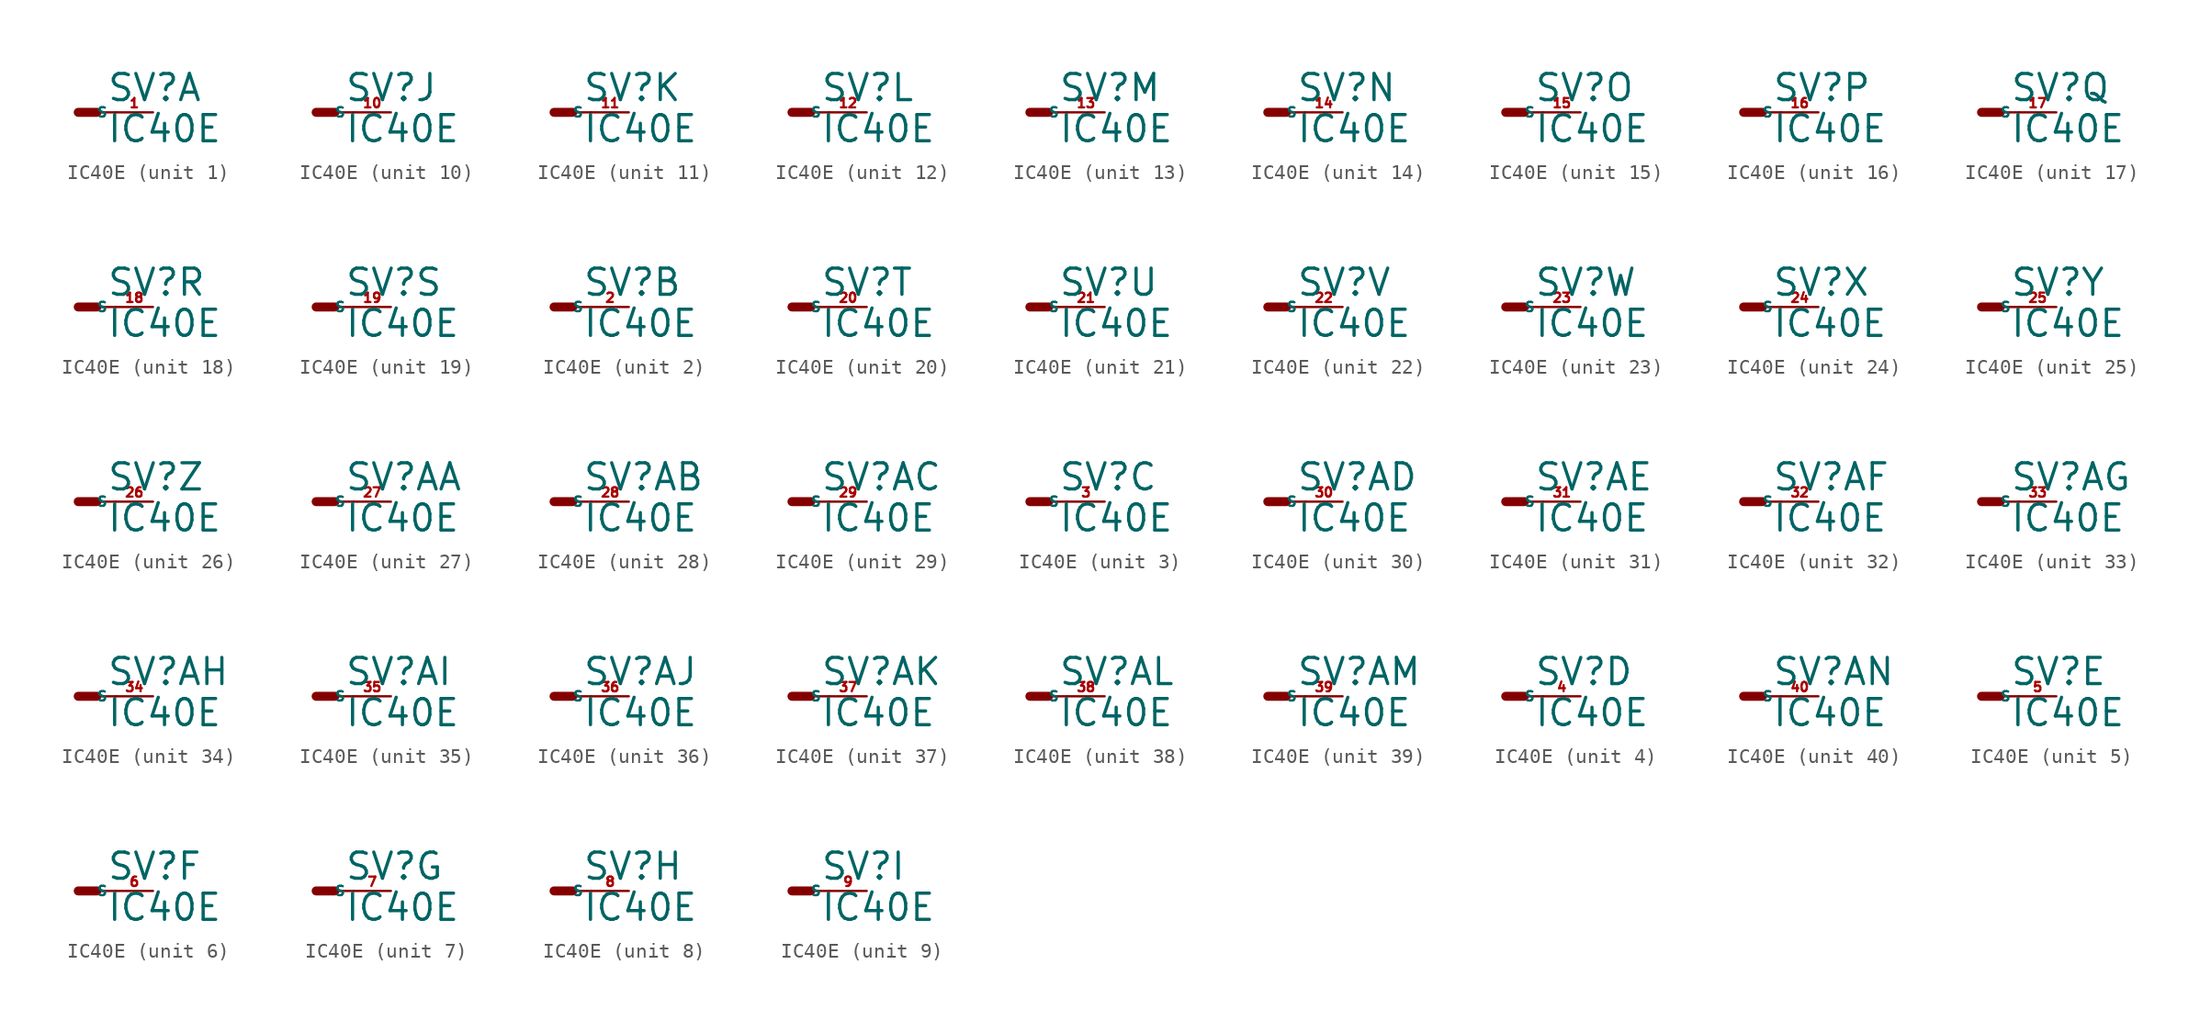
<source format=kicad_sym>
(kicad_symbol_lib
  (version 20220914)
  (generator Eagle2Kicad)
  (symbol "IC40E"
    (property "Reference" "SV"
      (at 1.905 0.635 0)
      (effects (font (size 1.778 1.778) (thickness 0.22)) (justify left bottom)))
    (property "Value" "IC40E"
      (at 1.905 -2.159 0)
      (effects (font (size 1.778 1.778) (thickness 0.22)) (justify left bottom)))
    (symbol "IC40E_1_0"
      (polyline (pts (xy 0 0) (xy 1.27 0)) (stroke (width 0.61) (type default)) (fill (type none)))
      (polyline (pts (xy 2.54 0) (xy 1.27 0)) (stroke (width 0.152) (type default)) (fill (type none)))
      (pin passive line (at 5.08 0 180) (length 2.54) (name "S" (effects (font (size 0.635 0.635) (thickness 0.08)) (justify left bottom))) (number "1" (effects (font (size 0.635 0.635) (thickness 0.08)) (justify left bottom)))))
    (symbol "IC40E_2_0"
      (polyline (pts (xy 0 0) (xy 1.27 0)) (stroke (width 0.61) (type default)) (fill (type none)))
      (polyline (pts (xy 2.54 0) (xy 1.27 0)) (stroke (width 0.152) (type default)) (fill (type none)))
      (pin passive line (at 5.08 0 180) (length 2.54) (name "S" (effects (font (size 0.635 0.635) (thickness 0.08)) (justify left bottom))) (number "2" (effects (font (size 0.635 0.635) (thickness 0.08)) (justify left bottom)))))
    (symbol "IC40E_3_0"
      (polyline (pts (xy 0 0) (xy 1.27 0)) (stroke (width 0.61) (type default)) (fill (type none)))
      (polyline (pts (xy 2.54 0) (xy 1.27 0)) (stroke (width 0.152) (type default)) (fill (type none)))
      (pin passive line (at 5.08 0 180) (length 2.54) (name "S" (effects (font (size 0.635 0.635) (thickness 0.08)) (justify left bottom))) (number "3" (effects (font (size 0.635 0.635) (thickness 0.08)) (justify left bottom)))))
    (symbol "IC40E_4_0"
      (polyline (pts (xy 0 0) (xy 1.27 0)) (stroke (width 0.61) (type default)) (fill (type none)))
      (polyline (pts (xy 2.54 0) (xy 1.27 0)) (stroke (width 0.152) (type default)) (fill (type none)))
      (pin passive line (at 5.08 0 180) (length 2.54) (name "S" (effects (font (size 0.635 0.635) (thickness 0.08)) (justify left bottom))) (number "4" (effects (font (size 0.635 0.635) (thickness 0.08)) (justify left bottom)))))
    (symbol "IC40E_5_0"
      (polyline (pts (xy 0 0) (xy 1.27 0)) (stroke (width 0.61) (type default)) (fill (type none)))
      (polyline (pts (xy 2.54 0) (xy 1.27 0)) (stroke (width 0.152) (type default)) (fill (type none)))
      (pin passive line (at 5.08 0 180) (length 2.54) (name "S" (effects (font (size 0.635 0.635) (thickness 0.08)) (justify left bottom))) (number "5" (effects (font (size 0.635 0.635) (thickness 0.08)) (justify left bottom)))))
    (symbol "IC40E_6_0"
      (polyline (pts (xy 0 0) (xy 1.27 0)) (stroke (width 0.61) (type default)) (fill (type none)))
      (polyline (pts (xy 2.54 0) (xy 1.27 0)) (stroke (width 0.152) (type default)) (fill (type none)))
      (pin passive line (at 5.08 0 180) (length 2.54) (name "S" (effects (font (size 0.635 0.635) (thickness 0.08)) (justify left bottom))) (number "6" (effects (font (size 0.635 0.635) (thickness 0.08)) (justify left bottom)))))
    (symbol "IC40E_7_0"
      (polyline (pts (xy 0 0) (xy 1.27 0)) (stroke (width 0.61) (type default)) (fill (type none)))
      (polyline (pts (xy 2.54 0) (xy 1.27 0)) (stroke (width 0.152) (type default)) (fill (type none)))
      (pin passive line (at 5.08 0 180) (length 2.54) (name "S" (effects (font (size 0.635 0.635) (thickness 0.08)) (justify left bottom))) (number "7" (effects (font (size 0.635 0.635) (thickness 0.08)) (justify left bottom)))))
    (symbol "IC40E_8_0"
      (polyline (pts (xy 0 0) (xy 1.27 0)) (stroke (width 0.61) (type default)) (fill (type none)))
      (polyline (pts (xy 2.54 0) (xy 1.27 0)) (stroke (width 0.152) (type default)) (fill (type none)))
      (pin passive line (at 5.08 0 180) (length 2.54) (name "S" (effects (font (size 0.635 0.635) (thickness 0.08)) (justify left bottom))) (number "8" (effects (font (size 0.635 0.635) (thickness 0.08)) (justify left bottom)))))
    (symbol "IC40E_9_0"
      (polyline (pts (xy 0 0) (xy 1.27 0)) (stroke (width 0.61) (type default)) (fill (type none)))
      (polyline (pts (xy 2.54 0) (xy 1.27 0)) (stroke (width 0.152) (type default)) (fill (type none)))
      (pin passive line (at 5.08 0 180) (length 2.54) (name "S" (effects (font (size 0.635 0.635) (thickness 0.08)) (justify left bottom))) (number "9" (effects (font (size 0.635 0.635) (thickness 0.08)) (justify left bottom)))))
    (symbol "IC40E_10_0"
      (polyline (pts (xy 0 0) (xy 1.27 0)) (stroke (width 0.61) (type default)) (fill (type none)))
      (polyline (pts (xy 2.54 0) (xy 1.27 0)) (stroke (width 0.152) (type default)) (fill (type none)))
      (pin passive line (at 5.08 0 180) (length 2.54) (name "S" (effects (font (size 0.635 0.635) (thickness 0.08)) (justify left bottom))) (number "10" (effects (font (size 0.635 0.635) (thickness 0.08)) (justify left bottom)))))
    (symbol "IC40E_11_0"
      (polyline (pts (xy 0 0) (xy 1.27 0)) (stroke (width 0.61) (type default)) (fill (type none)))
      (polyline (pts (xy 2.54 0) (xy 1.27 0)) (stroke (width 0.152) (type default)) (fill (type none)))
      (pin passive line (at 5.08 0 180) (length 2.54) (name "S" (effects (font (size 0.635 0.635) (thickness 0.08)) (justify left bottom))) (number "11" (effects (font (size 0.635 0.635) (thickness 0.08)) (justify left bottom)))))
    (symbol "IC40E_12_0"
      (polyline (pts (xy 0 0) (xy 1.27 0)) (stroke (width 0.61) (type default)) (fill (type none)))
      (polyline (pts (xy 2.54 0) (xy 1.27 0)) (stroke (width 0.152) (type default)) (fill (type none)))
      (pin passive line (at 5.08 0 180) (length 2.54) (name "S" (effects (font (size 0.635 0.635) (thickness 0.08)) (justify left bottom))) (number "12" (effects (font (size 0.635 0.635) (thickness 0.08)) (justify left bottom)))))
    (symbol "IC40E_13_0"
      (polyline (pts (xy 0 0) (xy 1.27 0)) (stroke (width 0.61) (type default)) (fill (type none)))
      (polyline (pts (xy 2.54 0) (xy 1.27 0)) (stroke (width 0.152) (type default)) (fill (type none)))
      (pin passive line (at 5.08 0 180) (length 2.54) (name "S" (effects (font (size 0.635 0.635) (thickness 0.08)) (justify left bottom))) (number "13" (effects (font (size 0.635 0.635) (thickness 0.08)) (justify left bottom)))))
    (symbol "IC40E_14_0"
      (polyline (pts (xy 0 0) (xy 1.27 0)) (stroke (width 0.61) (type default)) (fill (type none)))
      (polyline (pts (xy 2.54 0) (xy 1.27 0)) (stroke (width 0.152) (type default)) (fill (type none)))
      (pin passive line (at 5.08 0 180) (length 2.54) (name "S" (effects (font (size 0.635 0.635) (thickness 0.08)) (justify left bottom))) (number "14" (effects (font (size 0.635 0.635) (thickness 0.08)) (justify left bottom)))))
    (symbol "IC40E_15_0"
      (polyline (pts (xy 0 0) (xy 1.27 0)) (stroke (width 0.61) (type default)) (fill (type none)))
      (polyline (pts (xy 2.54 0) (xy 1.27 0)) (stroke (width 0.152) (type default)) (fill (type none)))
      (pin passive line (at 5.08 0 180) (length 2.54) (name "S" (effects (font (size 0.635 0.635) (thickness 0.08)) (justify left bottom))) (number "15" (effects (font (size 0.635 0.635) (thickness 0.08)) (justify left bottom)))))
    (symbol "IC40E_16_0"
      (polyline (pts (xy 0 0) (xy 1.27 0)) (stroke (width 0.61) (type default)) (fill (type none)))
      (polyline (pts (xy 2.54 0) (xy 1.27 0)) (stroke (width 0.152) (type default)) (fill (type none)))
      (pin passive line (at 5.08 0 180) (length 2.54) (name "S" (effects (font (size 0.635 0.635) (thickness 0.08)) (justify left bottom))) (number "16" (effects (font (size 0.635 0.635) (thickness 0.08)) (justify left bottom)))))
    (symbol "IC40E_17_0"
      (polyline (pts (xy 0 0) (xy 1.27 0)) (stroke (width 0.61) (type default)) (fill (type none)))
      (polyline (pts (xy 2.54 0) (xy 1.27 0)) (stroke (width 0.152) (type default)) (fill (type none)))
      (pin passive line (at 5.08 0 180) (length 2.54) (name "S" (effects (font (size 0.635 0.635) (thickness 0.08)) (justify left bottom))) (number "17" (effects (font (size 0.635 0.635) (thickness 0.08)) (justify left bottom)))))
    (symbol "IC40E_18_0"
      (polyline (pts (xy 0 0) (xy 1.27 0)) (stroke (width 0.61) (type default)) (fill (type none)))
      (polyline (pts (xy 2.54 0) (xy 1.27 0)) (stroke (width 0.152) (type default)) (fill (type none)))
      (pin passive line (at 5.08 0 180) (length 2.54) (name "S" (effects (font (size 0.635 0.635) (thickness 0.08)) (justify left bottom))) (number "18" (effects (font (size 0.635 0.635) (thickness 0.08)) (justify left bottom)))))
    (symbol "IC40E_19_0"
      (polyline (pts (xy 0 0) (xy 1.27 0)) (stroke (width 0.61) (type default)) (fill (type none)))
      (polyline (pts (xy 2.54 0) (xy 1.27 0)) (stroke (width 0.152) (type default)) (fill (type none)))
      (pin passive line (at 5.08 0 180) (length 2.54) (name "S" (effects (font (size 0.635 0.635) (thickness 0.08)) (justify left bottom))) (number "19" (effects (font (size 0.635 0.635) (thickness 0.08)) (justify left bottom)))))
    (symbol "IC40E_20_0"
      (polyline (pts (xy 0 0) (xy 1.27 0)) (stroke (width 0.61) (type default)) (fill (type none)))
      (polyline (pts (xy 2.54 0) (xy 1.27 0)) (stroke (width 0.152) (type default)) (fill (type none)))
      (pin passive line (at 5.08 0 180) (length 2.54) (name "S" (effects (font (size 0.635 0.635) (thickness 0.08)) (justify left bottom))) (number "20" (effects (font (size 0.635 0.635) (thickness 0.08)) (justify left bottom)))))
    (symbol "IC40E_21_0"
      (polyline (pts (xy 0 0) (xy 1.27 0)) (stroke (width 0.61) (type default)) (fill (type none)))
      (polyline (pts (xy 2.54 0) (xy 1.27 0)) (stroke (width 0.152) (type default)) (fill (type none)))
      (pin passive line (at 5.08 0 180) (length 2.54) (name "S" (effects (font (size 0.635 0.635) (thickness 0.08)) (justify left bottom))) (number "21" (effects (font (size 0.635 0.635) (thickness 0.08)) (justify left bottom)))))
    (symbol "IC40E_22_0"
      (polyline (pts (xy 0 0) (xy 1.27 0)) (stroke (width 0.61) (type default)) (fill (type none)))
      (polyline (pts (xy 2.54 0) (xy 1.27 0)) (stroke (width 0.152) (type default)) (fill (type none)))
      (pin passive line (at 5.08 0 180) (length 2.54) (name "S" (effects (font (size 0.635 0.635) (thickness 0.08)) (justify left bottom))) (number "22" (effects (font (size 0.635 0.635) (thickness 0.08)) (justify left bottom)))))
    (symbol "IC40E_23_0"
      (polyline (pts (xy 0 0) (xy 1.27 0)) (stroke (width 0.61) (type default)) (fill (type none)))
      (polyline (pts (xy 2.54 0) (xy 1.27 0)) (stroke (width 0.152) (type default)) (fill (type none)))
      (pin passive line (at 5.08 0 180) (length 2.54) (name "S" (effects (font (size 0.635 0.635) (thickness 0.08)) (justify left bottom))) (number "23" (effects (font (size 0.635 0.635) (thickness 0.08)) (justify left bottom)))))
    (symbol "IC40E_24_0"
      (polyline (pts (xy 0 0) (xy 1.27 0)) (stroke (width 0.61) (type default)) (fill (type none)))
      (polyline (pts (xy 2.54 0) (xy 1.27 0)) (stroke (width 0.152) (type default)) (fill (type none)))
      (pin passive line (at 5.08 0 180) (length 2.54) (name "S" (effects (font (size 0.635 0.635) (thickness 0.08)) (justify left bottom))) (number "24" (effects (font (size 0.635 0.635) (thickness 0.08)) (justify left bottom)))))
    (symbol "IC40E_25_0"
      (polyline (pts (xy 0 0) (xy 1.27 0)) (stroke (width 0.61) (type default)) (fill (type none)))
      (polyline (pts (xy 2.54 0) (xy 1.27 0)) (stroke (width 0.152) (type default)) (fill (type none)))
      (pin passive line (at 5.08 0 180) (length 2.54) (name "S" (effects (font (size 0.635 0.635) (thickness 0.08)) (justify left bottom))) (number "25" (effects (font (size 0.635 0.635) (thickness 0.08)) (justify left bottom)))))
    (symbol "IC40E_26_0"
      (polyline (pts (xy 0 0) (xy 1.27 0)) (stroke (width 0.61) (type default)) (fill (type none)))
      (polyline (pts (xy 2.54 0) (xy 1.27 0)) (stroke (width 0.152) (type default)) (fill (type none)))
      (pin passive line (at 5.08 0 180) (length 2.54) (name "S" (effects (font (size 0.635 0.635) (thickness 0.08)) (justify left bottom))) (number "26" (effects (font (size 0.635 0.635) (thickness 0.08)) (justify left bottom)))))
    (symbol "IC40E_27_0"
      (polyline (pts (xy 0 0) (xy 1.27 0)) (stroke (width 0.61) (type default)) (fill (type none)))
      (polyline (pts (xy 2.54 0) (xy 1.27 0)) (stroke (width 0.152) (type default)) (fill (type none)))
      (pin passive line (at 5.08 0 180) (length 2.54) (name "S" (effects (font (size 0.635 0.635) (thickness 0.08)) (justify left bottom))) (number "27" (effects (font (size 0.635 0.635) (thickness 0.08)) (justify left bottom)))))
    (symbol "IC40E_28_0"
      (polyline (pts (xy 0 0) (xy 1.27 0)) (stroke (width 0.61) (type default)) (fill (type none)))
      (polyline (pts (xy 2.54 0) (xy 1.27 0)) (stroke (width 0.152) (type default)) (fill (type none)))
      (pin passive line (at 5.08 0 180) (length 2.54) (name "S" (effects (font (size 0.635 0.635) (thickness 0.08)) (justify left bottom))) (number "28" (effects (font (size 0.635 0.635) (thickness 0.08)) (justify left bottom)))))
    (symbol "IC40E_29_0"
      (polyline (pts (xy 0 0) (xy 1.27 0)) (stroke (width 0.61) (type default)) (fill (type none)))
      (polyline (pts (xy 2.54 0) (xy 1.27 0)) (stroke (width 0.152) (type default)) (fill (type none)))
      (pin passive line (at 5.08 0 180) (length 2.54) (name "S" (effects (font (size 0.635 0.635) (thickness 0.08)) (justify left bottom))) (number "29" (effects (font (size 0.635 0.635) (thickness 0.08)) (justify left bottom)))))
    (symbol "IC40E_30_0"
      (polyline (pts (xy 0 0) (xy 1.27 0)) (stroke (width 0.61) (type default)) (fill (type none)))
      (polyline (pts (xy 2.54 0) (xy 1.27 0)) (stroke (width 0.152) (type default)) (fill (type none)))
      (pin passive line (at 5.08 0 180) (length 2.54) (name "S" (effects (font (size 0.635 0.635) (thickness 0.08)) (justify left bottom))) (number "30" (effects (font (size 0.635 0.635) (thickness 0.08)) (justify left bottom)))))
    (symbol "IC40E_31_0"
      (polyline (pts (xy 0 0) (xy 1.27 0)) (stroke (width 0.61) (type default)) (fill (type none)))
      (polyline (pts (xy 2.54 0) (xy 1.27 0)) (stroke (width 0.152) (type default)) (fill (type none)))
      (pin passive line (at 5.08 0 180) (length 2.54) (name "S" (effects (font (size 0.635 0.635) (thickness 0.08)) (justify left bottom))) (number "31" (effects (font (size 0.635 0.635) (thickness 0.08)) (justify left bottom)))))
    (symbol "IC40E_32_0"
      (polyline (pts (xy 0 0) (xy 1.27 0)) (stroke (width 0.61) (type default)) (fill (type none)))
      (polyline (pts (xy 2.54 0) (xy 1.27 0)) (stroke (width 0.152) (type default)) (fill (type none)))
      (pin passive line (at 5.08 0 180) (length 2.54) (name "S" (effects (font (size 0.635 0.635) (thickness 0.08)) (justify left bottom))) (number "32" (effects (font (size 0.635 0.635) (thickness 0.08)) (justify left bottom)))))
    (symbol "IC40E_33_0"
      (polyline (pts (xy 0 0) (xy 1.27 0)) (stroke (width 0.61) (type default)) (fill (type none)))
      (polyline (pts (xy 2.54 0) (xy 1.27 0)) (stroke (width 0.152) (type default)) (fill (type none)))
      (pin passive line (at 5.08 0 180) (length 2.54) (name "S" (effects (font (size 0.635 0.635) (thickness 0.08)) (justify left bottom))) (number "33" (effects (font (size 0.635 0.635) (thickness 0.08)) (justify left bottom)))))
    (symbol "IC40E_34_0"
      (polyline (pts (xy 0 0) (xy 1.27 0)) (stroke (width 0.61) (type default)) (fill (type none)))
      (polyline (pts (xy 2.54 0) (xy 1.27 0)) (stroke (width 0.152) (type default)) (fill (type none)))
      (pin passive line (at 5.08 0 180) (length 2.54) (name "S" (effects (font (size 0.635 0.635) (thickness 0.08)) (justify left bottom))) (number "34" (effects (font (size 0.635 0.635) (thickness 0.08)) (justify left bottom)))))
    (symbol "IC40E_35_0"
      (polyline (pts (xy 0 0) (xy 1.27 0)) (stroke (width 0.61) (type default)) (fill (type none)))
      (polyline (pts (xy 2.54 0) (xy 1.27 0)) (stroke (width 0.152) (type default)) (fill (type none)))
      (pin passive line (at 5.08 0 180) (length 2.54) (name "S" (effects (font (size 0.635 0.635) (thickness 0.08)) (justify left bottom))) (number "35" (effects (font (size 0.635 0.635) (thickness 0.08)) (justify left bottom)))))
    (symbol "IC40E_36_0"
      (polyline (pts (xy 0 0) (xy 1.27 0)) (stroke (width 0.61) (type default)) (fill (type none)))
      (polyline (pts (xy 2.54 0) (xy 1.27 0)) (stroke (width 0.152) (type default)) (fill (type none)))
      (pin passive line (at 5.08 0 180) (length 2.54) (name "S" (effects (font (size 0.635 0.635) (thickness 0.08)) (justify left bottom))) (number "36" (effects (font (size 0.635 0.635) (thickness 0.08)) (justify left bottom)))))
    (symbol "IC40E_37_0"
      (polyline (pts (xy 0 0) (xy 1.27 0)) (stroke (width 0.61) (type default)) (fill (type none)))
      (polyline (pts (xy 2.54 0) (xy 1.27 0)) (stroke (width 0.152) (type default)) (fill (type none)))
      (pin passive line (at 5.08 0 180) (length 2.54) (name "S" (effects (font (size 0.635 0.635) (thickness 0.08)) (justify left bottom))) (number "37" (effects (font (size 0.635 0.635) (thickness 0.08)) (justify left bottom)))))
    (symbol "IC40E_38_0"
      (polyline (pts (xy 0 0) (xy 1.27 0)) (stroke (width 0.61) (type default)) (fill (type none)))
      (polyline (pts (xy 2.54 0) (xy 1.27 0)) (stroke (width 0.152) (type default)) (fill (type none)))
      (pin passive line (at 5.08 0 180) (length 2.54) (name "S" (effects (font (size 0.635 0.635) (thickness 0.08)) (justify left bottom))) (number "38" (effects (font (size 0.635 0.635) (thickness 0.08)) (justify left bottom)))))
    (symbol "IC40E_39_0"
      (polyline (pts (xy 0 0) (xy 1.27 0)) (stroke (width 0.61) (type default)) (fill (type none)))
      (polyline (pts (xy 2.54 0) (xy 1.27 0)) (stroke (width 0.152) (type default)) (fill (type none)))
      (pin passive line (at 5.08 0 180) (length 2.54) (name "S" (effects (font (size 0.635 0.635) (thickness 0.08)) (justify left bottom))) (number "39" (effects (font (size 0.635 0.635) (thickness 0.08)) (justify left bottom)))))
    (symbol "IC40E_40_0"
      (polyline (pts (xy 0 0) (xy 1.27 0)) (stroke (width 0.61) (type default)) (fill (type none)))
      (polyline (pts (xy 2.54 0) (xy 1.27 0)) (stroke (width 0.152) (type default)) (fill (type none)))
      (pin passive line (at 5.08 0 180) (length 2.54) (name "S" (effects (font (size 0.635 0.635) (thickness 0.08)) (justify left bottom))) (number "40" (effects (font (size 0.635 0.635) (thickness 0.08)) (justify left bottom)))))))
</source>
